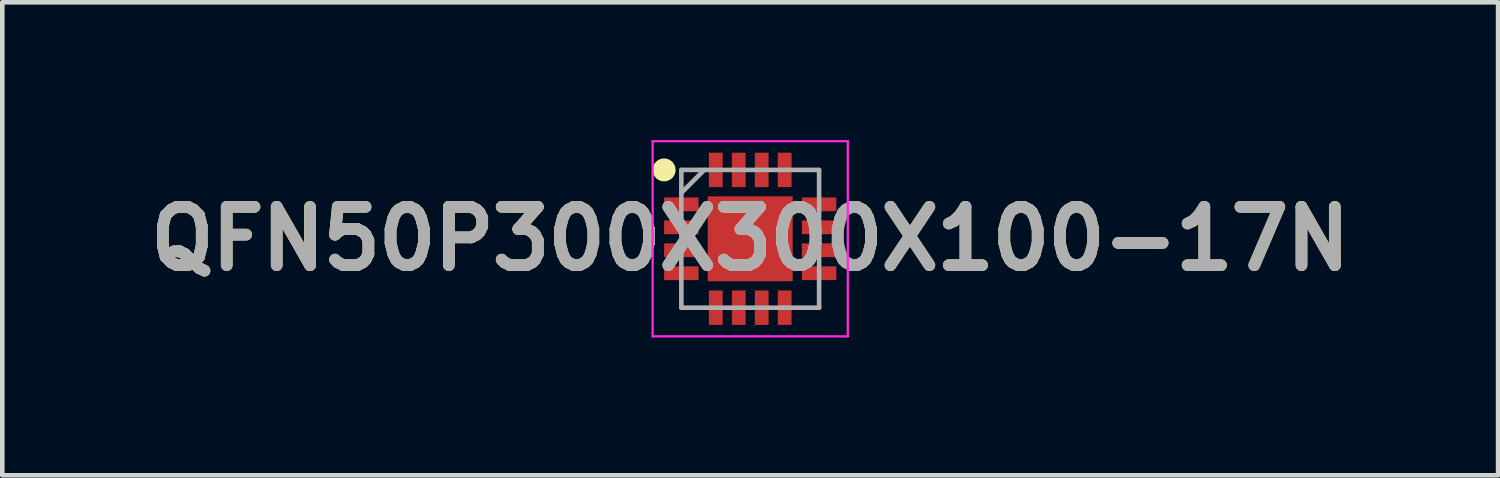
<source format=kicad_pcb>
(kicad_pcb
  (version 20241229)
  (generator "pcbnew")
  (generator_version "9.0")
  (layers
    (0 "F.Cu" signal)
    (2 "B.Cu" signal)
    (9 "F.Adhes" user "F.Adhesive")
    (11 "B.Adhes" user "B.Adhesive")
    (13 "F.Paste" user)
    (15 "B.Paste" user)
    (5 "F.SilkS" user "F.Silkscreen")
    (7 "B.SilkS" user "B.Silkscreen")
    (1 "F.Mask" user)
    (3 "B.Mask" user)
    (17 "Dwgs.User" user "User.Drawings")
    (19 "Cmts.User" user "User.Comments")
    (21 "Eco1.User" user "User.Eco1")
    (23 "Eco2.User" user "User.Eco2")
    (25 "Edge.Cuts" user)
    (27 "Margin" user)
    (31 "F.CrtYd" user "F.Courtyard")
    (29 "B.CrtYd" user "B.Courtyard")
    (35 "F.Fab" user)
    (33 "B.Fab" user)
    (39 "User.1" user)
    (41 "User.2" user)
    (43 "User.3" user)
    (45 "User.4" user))
  (footprint "QFN50P300X300X100-17N"
    (layer "F.Cu")
    (at 13.287 2.15)
    (property "Reference" "QFN50P300X300X100-17N" (at 0 0 0) (layer "F.SilkS") (effects (font (size 1.27 1.27) (thickness 0.254))))
    (attr smd)
    (fp_circle (center -1.875 -1.5) (end -1.875 -1.375) (stroke (width 0.25) (type solid)) (fill no) (layer "F.SilkS"))
    (fp_line (start -2.125 -2.125) (end 2.125 -2.125) (stroke (width 0.05) (type solid)) (layer "F.CrtYd"))
    (fp_line (start -2.125 2.125) (end -2.125 -2.125) (stroke (width 0.05) (type solid)) (layer "F.CrtYd"))
    (fp_line (start 2.125 -2.125) (end 2.125 2.125) (stroke (width 0.05) (type solid)) (layer "F.CrtYd"))
    (fp_line (start 2.125 2.125) (end -2.125 2.125) (stroke (width 0.05) (type solid)) (layer "F.CrtYd"))
    (fp_line (start -1.5 -1.5) (end 1.5 -1.5) (stroke (width 0.1) (type solid)) (layer "F.Fab"))
    (fp_line (start -1.5 -1) (end -1 -1.5) (stroke (width 0.1) (type solid)) (layer "F.Fab"))
    (fp_line (start -1.5 1.5) (end -1.5 -1.5) (stroke (width 0.1) (type solid)) (layer "F.Fab"))
    (fp_line (start 1.5 -1.5) (end 1.5 1.5) (stroke (width 0.1) (type solid)) (layer "F.Fab"))
    (fp_line (start 1.5 1.5) (end -1.5 1.5) (stroke (width 0.1) (type solid)) (layer "F.Fab"))
    (fp_text user "${REFERENCE}" (at 0 0 0) (layer "F.Fab") (effects (font (size 1.27 1.27) (thickness 0.254))))
    (pad "1" smd rect (at -1.5 -0.75 90) (size 0.3 0.75) (layers "F.Cu" "F.Mask" "F.Paste"))
    (pad "2" smd rect (at -1.5 -0.25 90) (size 0.3 0.75) (layers "F.Cu" "F.Mask" "F.Paste"))
    (pad "3" smd rect (at -1.5 0.25 90) (size 0.3 0.75) (layers "F.Cu" "F.Mask" "F.Paste"))
    (pad "4" smd rect (at -1.5 0.75 90) (size 0.3 0.75) (layers "F.Cu" "F.Mask" "F.Paste"))
    (pad "5" smd rect (at -0.75 1.5) (size 0.3 0.75) (layers "F.Cu" "F.Mask" "F.Paste"))
    (pad "6" smd rect (at -0.25 1.5) (size 0.3 0.75) (layers "F.Cu" "F.Mask" "F.Paste"))
    (pad "7" smd rect (at 0.25 1.5) (size 0.3 0.75) (layers "F.Cu" "F.Mask" "F.Paste"))
    (pad "8" smd rect (at 0.75 1.5) (size 0.3 0.75) (layers "F.Cu" "F.Mask" "F.Paste"))
    (pad "9" smd rect (at 1.5 0.75 90) (size 0.3 0.75) (layers "F.Cu" "F.Mask" "F.Paste"))
    (pad "10" smd rect (at 1.5 0.25 90) (size 0.3 0.75) (layers "F.Cu" "F.Mask" "F.Paste"))
    (pad "11" smd rect (at 1.5 -0.25 90) (size 0.3 0.75) (layers "F.Cu" "F.Mask" "F.Paste"))
    (pad "12" smd rect (at 1.5 -0.75 90) (size 0.3 0.75) (layers "F.Cu" "F.Mask" "F.Paste"))
    (pad "13" smd rect (at 0.75 -1.5) (size 0.3 0.75) (layers "F.Cu" "F.Mask" "F.Paste"))
    (pad "14" smd rect (at 0.25 -1.5) (size 0.3 0.75) (layers "F.Cu" "F.Mask" "F.Paste"))
    (pad "15" smd rect (at -0.25 -1.5) (size 0.3 0.75) (layers "F.Cu" "F.Mask" "F.Paste"))
    (pad "16" smd rect (at -0.75 -1.5) (size 0.3 0.75) (layers "F.Cu" "F.Mask" "F.Paste"))
    (pad "17" smd rect (at 0 0) (size 1.85 1.85) (layers "F.Cu" "F.Mask" "F.Paste")))
  (gr_rect
    (start -3 -3)
    (end 29.573 7.3)
    (stroke (width 0.1) (type default))
    (fill no)
    (layer "Edge.Cuts")))
</source>
